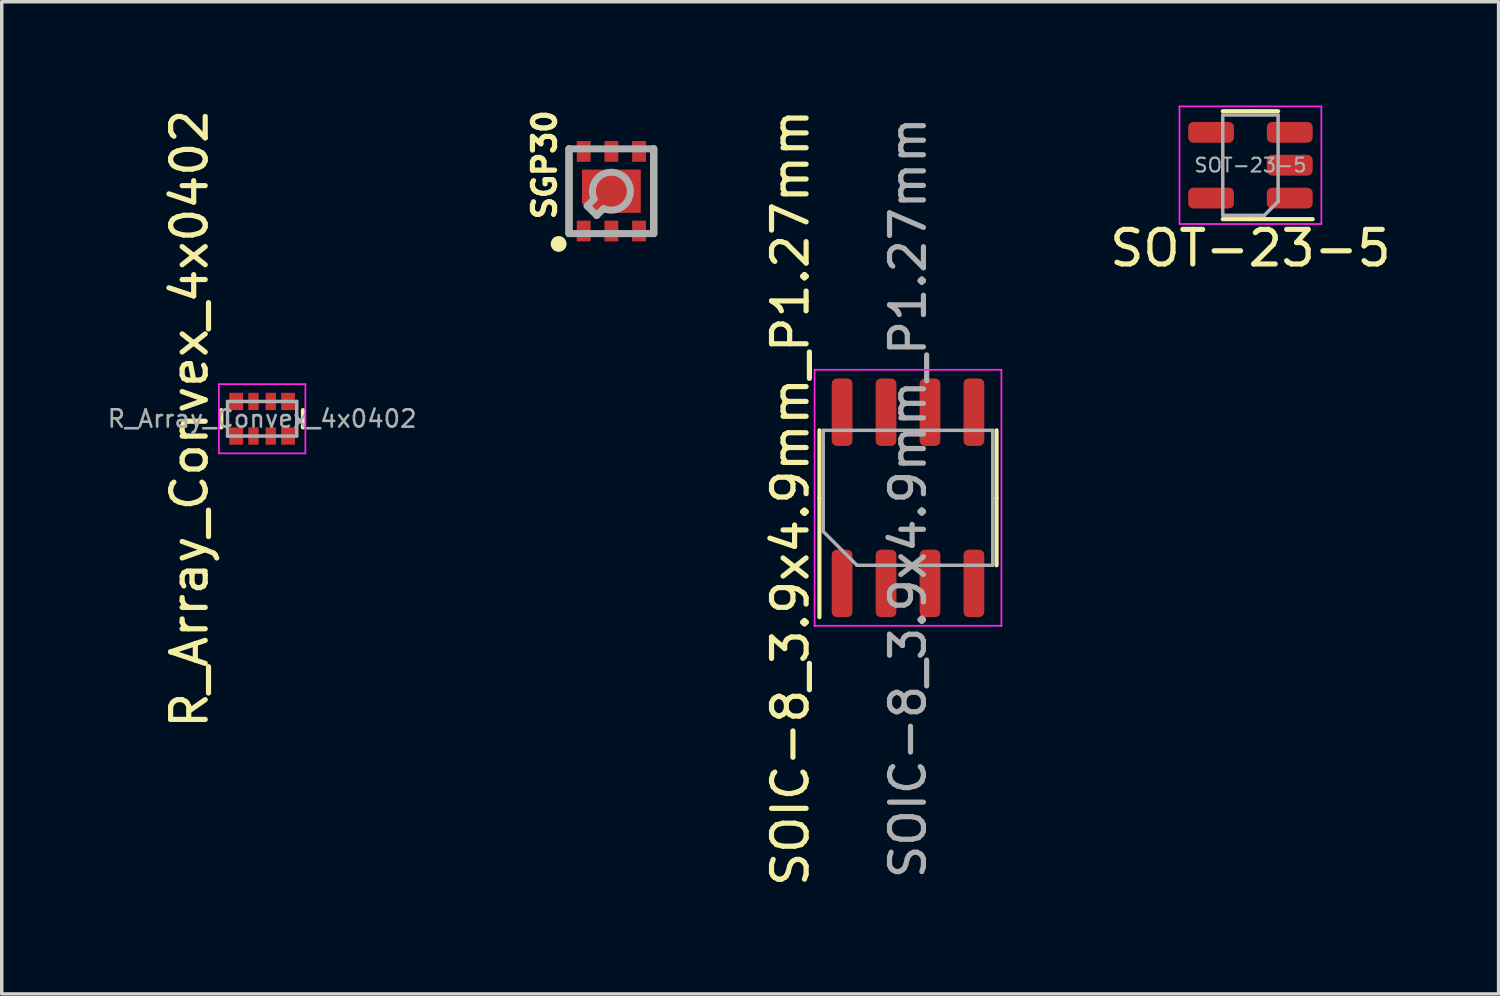
<source format=kicad_pcb>
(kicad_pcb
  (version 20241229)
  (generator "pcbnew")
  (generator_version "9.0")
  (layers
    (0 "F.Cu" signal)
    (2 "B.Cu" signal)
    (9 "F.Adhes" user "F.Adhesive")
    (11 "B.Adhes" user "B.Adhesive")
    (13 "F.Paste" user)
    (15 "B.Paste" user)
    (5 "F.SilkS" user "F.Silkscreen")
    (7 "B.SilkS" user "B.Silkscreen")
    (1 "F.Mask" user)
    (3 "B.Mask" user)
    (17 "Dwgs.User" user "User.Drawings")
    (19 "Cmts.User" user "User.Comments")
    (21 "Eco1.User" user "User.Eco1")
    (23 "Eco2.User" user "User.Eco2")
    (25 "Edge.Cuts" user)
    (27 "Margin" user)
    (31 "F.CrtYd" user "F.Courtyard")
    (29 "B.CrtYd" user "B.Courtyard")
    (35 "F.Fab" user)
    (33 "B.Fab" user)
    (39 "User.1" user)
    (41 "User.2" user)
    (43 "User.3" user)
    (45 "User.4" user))
  (footprint "SOIC-8_3.9x4.9mm_P1.27mm"
    (layer "F.Cu")
    (at 23.196 11.339)
    (property "Reference" "SOIC-8_3.9x4.9mm_P1.27mm" (at -3.4 0 90) (layer "F.SilkS") (effects (font (size 1 1) (thickness 0.15))))
    (attr smd)
    (fp_line (start -2.56 0) (end -2.56 -1.95) (stroke (width 0.12) (type solid)) (layer "F.SilkS"))
    (fp_line (start -2.56 0) (end -2.56 3.45) (stroke (width 0.12) (type solid)) (layer "F.SilkS"))
    (fp_line (start 2.56 0) (end 2.56 -1.95) (stroke (width 0.12) (type solid)) (layer "F.SilkS"))
    (fp_line (start 2.56 0) (end 2.56 1.95) (stroke (width 0.12) (type solid)) (layer "F.SilkS"))
    (fp_line (start -2.7 -3.7) (end -2.7 3.7) (stroke (width 0.05) (type solid)) (layer "F.CrtYd"))
    (fp_line (start -2.7 3.7) (end 2.7 3.7) (stroke (width 0.05) (type solid)) (layer "F.CrtYd"))
    (fp_line (start 2.7 -3.7) (end -2.7 -3.7) (stroke (width 0.05) (type solid)) (layer "F.CrtYd"))
    (fp_line (start 2.7 3.7) (end 2.7 -3.7) (stroke (width 0.05) (type solid)) (layer "F.CrtYd"))
    (fp_line (start -2.45 -1.95) (end 2.45 -1.95) (stroke (width 0.1) (type solid)) (layer "F.Fab"))
    (fp_line (start -2.45 0.975) (end -2.45 -1.95) (stroke (width 0.1) (type solid)) (layer "F.Fab"))
    (fp_line (start -1.475 1.95) (end -2.45 0.975) (stroke (width 0.1) (type solid)) (layer "F.Fab"))
    (fp_line (start 2.45 -1.95) (end 2.45 1.95) (stroke (width 0.1) (type solid)) (layer "F.Fab"))
    (fp_line (start 2.45 1.95) (end -1.475 1.95) (stroke (width 0.1) (type solid)) (layer "F.Fab"))
    (fp_text user "${REFERENCE}" (at 0 0 90) (layer "F.Fab") (effects (font (size 0.98 0.98) (thickness 0.15))))
    (pad "1" smd roundrect (at -1.905 2.475 90) (size 1.95 0.6) (layers "F.Cu" "F.Mask" "F.Paste") (roundrect_rratio 0.25))
    (pad "2" smd roundrect (at -0.635 2.475 90) (size 1.95 0.6) (layers "F.Cu" "F.Mask" "F.Paste") (roundrect_rratio 0.25))
    (pad "3" smd roundrect (at 0.635 2.475 90) (size 1.95 0.6) (layers "F.Cu" "F.Mask" "F.Paste") (roundrect_rratio 0.25))
    (pad "4" smd roundrect (at 1.905 2.475 90) (size 1.95 0.6) (layers "F.Cu" "F.Mask" "F.Paste") (roundrect_rratio 0.25))
    (pad "5" smd roundrect (at 1.905 -2.475 90) (size 1.95 0.6) (layers "F.Cu" "F.Mask" "F.Paste") (roundrect_rratio 0.25))
    (pad "6" smd roundrect (at 0.635 -2.475 90) (size 1.95 0.6) (layers "F.Cu" "F.Mask" "F.Paste") (roundrect_rratio 0.25))
    (pad "7" smd roundrect (at -0.635 -2.475 90) (size 1.95 0.6) (layers "F.Cu" "F.Mask" "F.Paste") (roundrect_rratio 0.25))
    (pad "8" smd roundrect (at -1.905 -2.475 90) (size 1.95 0.6) (layers "F.Cu" "F.Mask" "F.Paste") (roundrect_rratio 0.25)))
  (footprint "R_Array_Convex_4x0402"
    (layer "F.Cu")
    (at 4.527 9.054)
    (property "Reference" "R_Array_Convex_4x0402" (at -2.1 0 90) (layer "F.SilkS") (effects (font (size 1 1) (thickness 0.15))))
    (attr smd)
    (fp_line (start -1.18 -0.25) (end -1.18 0.25) (stroke (width 0.12) (type solid)) (layer "F.SilkS"))
    (fp_line (start 1.18 -0.25) (end 1.18 0.25) (stroke (width 0.12) (type solid)) (layer "F.SilkS"))
    (fp_line (start -1.25 1) (end -1.25 -1) (stroke (width 0.05) (type solid)) (layer "F.CrtYd"))
    (fp_line (start -1.25 1) (end 1.25 1) (stroke (width 0.05) (type solid)) (layer "F.CrtYd"))
    (fp_line (start 1.25 -1) (end -1.25 -1) (stroke (width 0.05) (type solid)) (layer "F.CrtYd"))
    (fp_line (start 1.25 -1) (end 1.25 1) (stroke (width 0.05) (type solid)) (layer "F.CrtYd"))
    (fp_line (start -1 -0.5) (end 1 -0.5) (stroke (width 0.1) (type solid)) (layer "F.Fab"))
    (fp_line (start -1 0.5) (end -1 -0.5) (stroke (width 0.1) (type solid)) (layer "F.Fab"))
    (fp_line (start 1 -0.5) (end 1 0.5) (stroke (width 0.1) (type solid)) (layer "F.Fab"))
    (fp_line (start 1 0.5) (end -1 0.5) (stroke (width 0.1) (type solid)) (layer "F.Fab"))
    (fp_text user "${REFERENCE}" (at 0 0 180) (layer "F.Fab") (effects (font (size 0.5 0.5) (thickness 0.075))))
    (pad "1" smd rect (at -0.75 -0.5 90) (size 0.5 0.4) (layers "F.Cu" "F.Mask" "F.Paste"))
    (pad "2" smd rect (at -0.25 -0.5 90) (size 0.5 0.3) (layers "F.Cu" "F.Mask" "F.Paste"))
    (pad "3" smd rect (at 0.25 -0.5 90) (size 0.5 0.3) (layers "F.Cu" "F.Mask" "F.Paste"))
    (pad "4" smd rect (at 0.75 -0.5 90) (size 0.5 0.4) (layers "F.Cu" "F.Mask" "F.Paste"))
    (pad "5" smd rect (at 0.75 0.5 90) (size 0.5 0.4) (layers "F.Cu" "F.Mask" "F.Paste"))
    (pad "6" smd rect (at 0.25 0.5 90) (size 0.5 0.3) (layers "F.Cu" "F.Mask" "F.Paste"))
    (pad "7" smd rect (at -0.25 0.5 90) (size 0.5 0.3) (layers "F.Cu" "F.Mask" "F.Paste"))
    (pad "8" smd rect (at -0.75 0.5 90) (size 0.5 0.4) (layers "F.Cu" "F.Mask" "F.Paste")))
  (footprint "SOT-23-5"
    (layer "F.Cu")
    (at 33.094 1.725)
    (property "Reference" "SOT-23-5" (at 0 2.4 180) (layer "F.SilkS") (effects (font (size 1 1) (thickness 0.15))))
    (attr smd)
    (fp_line (start 0 -1.56) (end -0.8 -1.56) (stroke (width 0.12) (type solid)) (layer "F.SilkS"))
    (fp_line (start 0 -1.56) (end 0.8 -1.56) (stroke (width 0.12) (type solid)) (layer "F.SilkS"))
    (fp_line (start 0 1.56) (end -0.8 1.56) (stroke (width 0.12) (type solid)) (layer "F.SilkS"))
    (fp_line (start 0 1.56) (end 1.8 1.56) (stroke (width 0.12) (type solid)) (layer "F.SilkS"))
    (fp_line (start -2.05 -1.7) (end -2.05 1.7) (stroke (width 0.05) (type solid)) (layer "F.CrtYd"))
    (fp_line (start -2.05 1.7) (end 2.05 1.7) (stroke (width 0.05) (type solid)) (layer "F.CrtYd"))
    (fp_line (start 2.05 -1.7) (end -2.05 -1.7) (stroke (width 0.05) (type solid)) (layer "F.CrtYd"))
    (fp_line (start 2.05 1.7) (end 2.05 -1.7) (stroke (width 0.05) (type solid)) (layer "F.CrtYd"))
    (fp_line (start -0.8 -1.45) (end 0.8 -1.45) (stroke (width 0.1) (type solid)) (layer "F.Fab"))
    (fp_line (start -0.8 1.45) (end -0.8 -1.45) (stroke (width 0.1) (type solid)) (layer "F.Fab"))
    (fp_line (start 0.4 1.45) (end -0.8 1.45) (stroke (width 0.1) (type solid)) (layer "F.Fab"))
    (fp_line (start 0.8 -1.45) (end 0.8 1.05) (stroke (width 0.1) (type solid)) (layer "F.Fab"))
    (fp_line (start 0.8 1.05) (end 0.4 1.45) (stroke (width 0.1) (type solid)) (layer "F.Fab"))
    (fp_text user "${REFERENCE}" (at 0 0 180) (layer "F.Fab") (effects (font (size 0.4 0.4) (thickness 0.06))))
    (pad "1" smd roundrect (at 1.137 0.95 180) (size 1.325 0.6) (layers "F.Cu" "F.Mask" "F.Paste") (roundrect_rratio 0.25))
    (pad "2" smd roundrect (at 1.137 0 180) (size 1.325 0.6) (layers "F.Cu" "F.Mask" "F.Paste") (roundrect_rratio 0.25))
    (pad "3" smd roundrect (at 1.137 -0.95 180) (size 1.325 0.6) (layers "F.Cu" "F.Mask" "F.Paste") (roundrect_rratio 0.25))
    (pad "4" smd roundrect (at -1.137 -0.95 180) (size 1.325 0.6) (layers "F.Cu" "F.Mask" "F.Paste") (roundrect_rratio 0.25))
    (pad "5" smd roundrect (at -1.137 0.95 180) (size 1.325 0.6) (layers "F.Cu" "F.Mask" "F.Paste") (roundrect_rratio 0.25)))
  (footprint "SGP30"
    (layer "F.Cu")
    (at 14.622 2.427)
    (property "Reference" "SGP30" (at -1.93 -0.712 90) (layer "F.SilkS") (effects (font (size 0.64 0.64) (thickness 0.15))))
    (attr through_hole)
    (fp_poly (pts (xy 0.95 0.775) (xy 0.95 -0.675) (xy -0.95 -0.675) (xy -0.95 0.45) (xy -0.625 0.775)) (stroke (width 0.0001) (type solid)) (fill yes) (layer "F.Mask"))
    (fp_line (start -1.225 1.275) (end -1.225 -1.175) (stroke (width 0.203) (type solid)) (layer "F.SilkS"))
    (fp_line (start 1.225 -1.175) (end 1.225 1.275) (stroke (width 0.203) (type solid)) (layer "F.SilkS"))
    (fp_circle (center -1.524 1.574) (end -1.397 1.574) (stroke (width 0.203) (type solid)) (fill yes) (layer "F.SilkS"))
    (fp_poly (pts (xy -1 -0.9) (xy -1 -1.475) (xy -0.6 -1.475) (xy -0.6 -0.9)) (stroke (width 0.01) (type solid)) (fill yes) (layer "F.Paste"))
    (fp_poly (pts (xy -1 1.575) (xy -1 1) (xy -0.6 1) (xy -0.6 1.575)) (stroke (width 0.01) (type solid)) (fill yes) (layer "F.Paste"))
    (fp_poly (pts (xy -0.425 0.35) (xy -0.425 -0.25) (xy 0.425 -0.25) (xy 0.425 0.35)) (stroke (width 0.01) (type solid)) (fill yes) (layer "F.Paste"))
    (fp_poly (pts (xy -0.2 -0.9) (xy -0.2 -1.475) (xy 0.2 -1.475) (xy 0.2 -0.9)) (stroke (width 0.01) (type solid)) (fill yes) (layer "F.Paste"))
    (fp_poly (pts (xy -0.2 1.575) (xy -0.2 1) (xy 0.2 1) (xy 0.2 1.575)) (stroke (width 0.01) (type solid)) (fill yes) (layer "F.Paste"))
    (fp_poly (pts (xy 0.6 -0.9) (xy 0.6 -1.475) (xy 1 -1.475) (xy 1 -0.9)) (stroke (width 0.01) (type solid)) (fill yes) (layer "F.Paste"))
    (fp_poly (pts (xy 0.6 1.575) (xy 0.6 1) (xy 1 1) (xy 1 1.575)) (stroke (width 0.01) (type solid)) (fill yes) (layer "F.Paste"))
    (fp_line (start -1.225 -1.175) (end -1.225 1.275) (stroke (width 0.203) (type solid)) (layer "F.Fab"))
    (fp_line (start -1.225 1.275) (end 1.225 1.275) (stroke (width 0.203) (type solid)) (layer "F.Fab"))
    (fp_line (start -0.7 0.475) (end -0.425 0.75) (stroke (width 0.203) (type solid)) (layer "F.Fab"))
    (fp_line (start -0.5 0.275) (end -0.7 0.475) (stroke (width 0.203) (type solid)) (layer "F.Fab"))
    (fp_line (start -0.425 0.75) (end -0.25 0.575) (stroke (width 0.203) (type solid)) (layer "F.Fab"))
    (fp_line (start 1.225 -1.175) (end -1.225 -1.175) (stroke (width 0.203) (type solid)) (layer "F.Fab"))
    (fp_line (start 1.225 1.275) (end 1.225 -1.175) (stroke (width 0.203) (type solid)) (layer "F.Fab"))
    (fp_arc (start -0.5 0.275) (mid 0.387692 -0.337692) (end -0.225 0.55) (stroke (width 0.2032) (type solid)) (layer "F.Fab"))
    (pad "1" smd rect (at -0.8 1.2 90) (size 0.6 0.4) (layers "F.Cu" "F.Mask"))
    (pad "2" smd rect (at 0 1.2 90) (size 0.6 0.4) (layers "F.Cu" "F.Mask"))
    (pad "3" smd rect (at 0.8 1.2 90) (size 0.6 0.4) (layers "F.Cu" "F.Mask"))
    (pad "4" smd rect (at 0.8 -1.1 90) (size 0.6 0.4) (layers "F.Cu" "F.Mask"))
    (pad "5" smd rect (at 0 -1.1 90) (size 0.6 0.4) (layers "F.Cu" "F.Mask"))
    (pad "6" smd rect (at -0.8 -1.1 90) (size 0.6 0.4) (layers "F.Cu" "F.Mask"))
    (pad "7" smd custom (at 0 0.05 90) (size 0.61 0.305) (layers "F.Cu") (options (anchor rect)) (primitives (gr_poly (pts (xy 0.625 0.85) (xy -0.625 0.85) (xy -0.625 -0.575) (xy -0.35 -0.85) (xy 0.625 -0.85)) (width 0.0001) (fill yes)))))
  (gr_rect
    (start -3 -3)
    (end 40.267 25.679)
    (stroke (width 0.1) (type default))
    (fill no)
    (layer "Edge.Cuts")))
</source>
